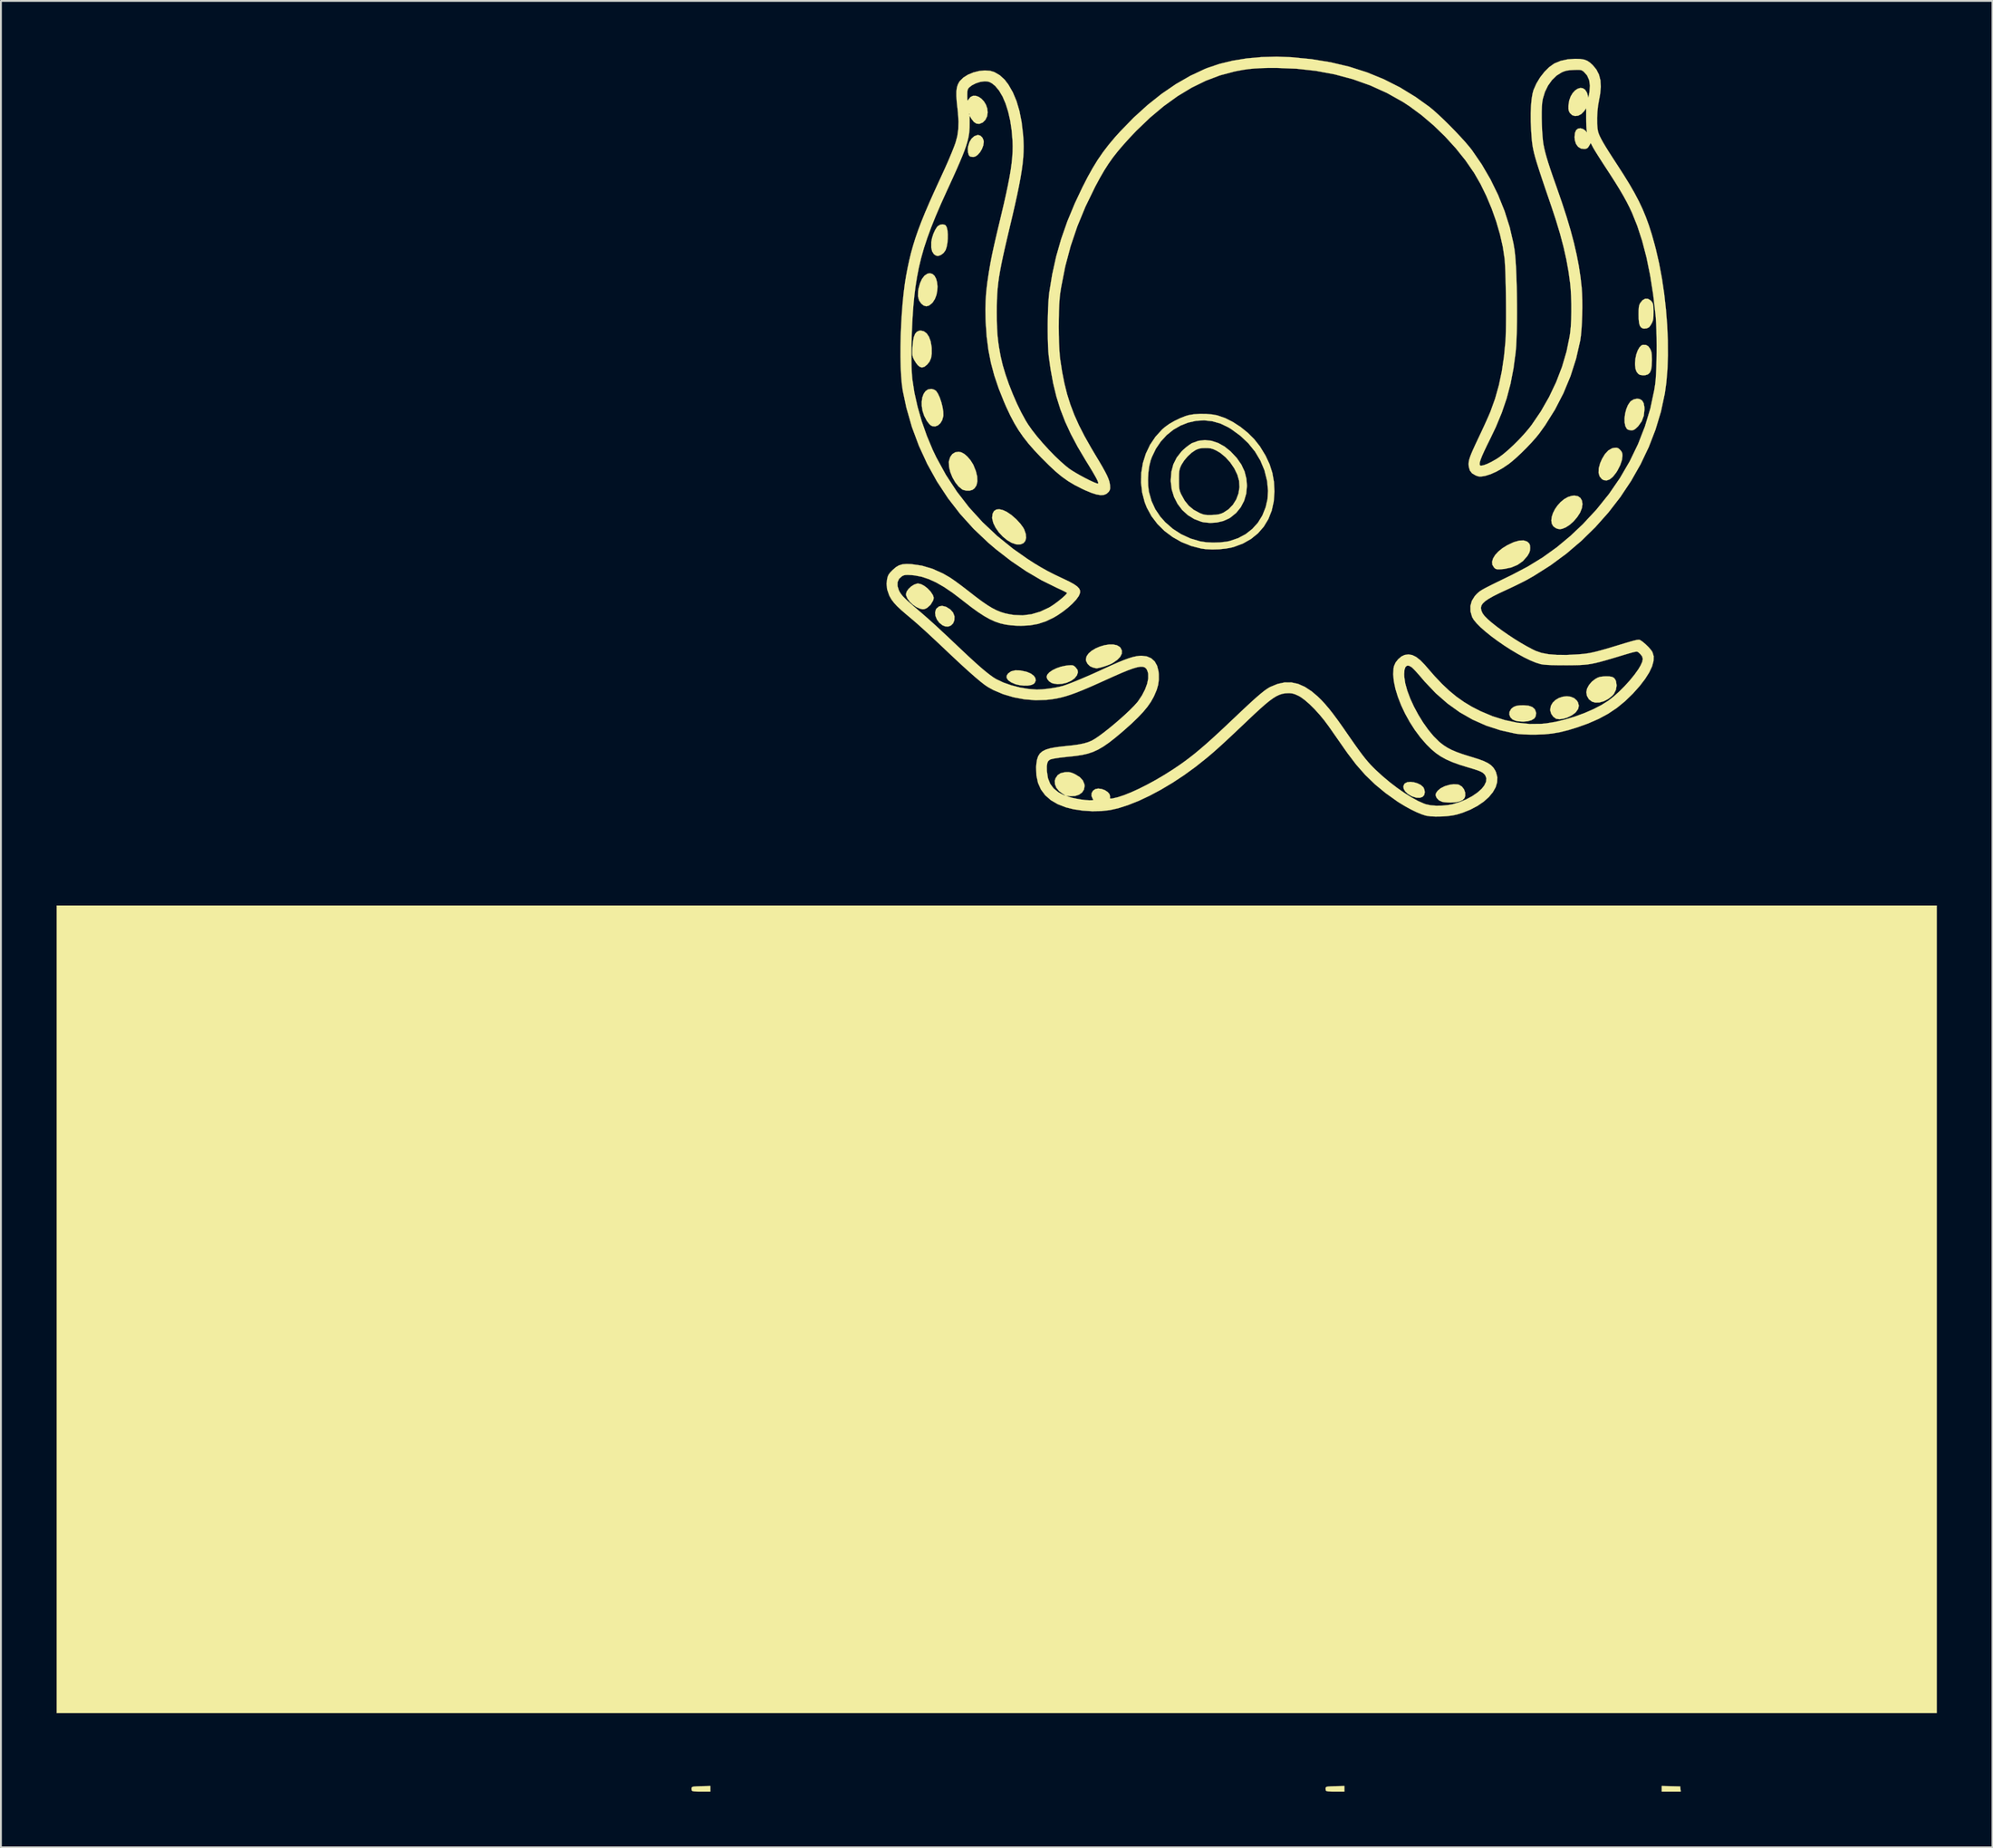
<source format=kicad_pcb>
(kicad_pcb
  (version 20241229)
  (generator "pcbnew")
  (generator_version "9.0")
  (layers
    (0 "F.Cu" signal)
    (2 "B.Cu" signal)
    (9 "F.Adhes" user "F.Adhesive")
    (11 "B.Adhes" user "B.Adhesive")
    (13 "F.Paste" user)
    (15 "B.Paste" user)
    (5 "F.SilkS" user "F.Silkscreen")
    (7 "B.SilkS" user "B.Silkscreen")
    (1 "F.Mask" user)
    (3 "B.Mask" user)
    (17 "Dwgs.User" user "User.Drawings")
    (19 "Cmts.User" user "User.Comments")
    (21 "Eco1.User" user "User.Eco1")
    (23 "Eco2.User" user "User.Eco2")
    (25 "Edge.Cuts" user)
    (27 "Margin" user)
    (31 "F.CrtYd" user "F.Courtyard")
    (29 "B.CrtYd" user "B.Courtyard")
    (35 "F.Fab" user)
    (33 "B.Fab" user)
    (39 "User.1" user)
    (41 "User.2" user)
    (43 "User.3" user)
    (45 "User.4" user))
  (footprint "F.SilkS_g838"
    (layer "F.Cu")
    (at 50.636 48.38)
    (property "Reference" "F.SilkS_g838" (at 0 0 0) (layer "F.SilkS") (effects (font (size 1.524 1.524) (thickness 0.3))))
    (attr through_hole)
    (fp_poly (pts (xy 50.673 40.894) (xy -50.631 40.894) (xy -50.631 -2.625) (xy 50.673 -2.625) (xy 50.673 40.894)) (stroke (width 0.01) (type solid)) (fill yes) (layer "F.SilkS"))
    (fp_poly (pts (xy 36.354 44.84) (xy 36.851 44.852) (xy 36.864 44.99) (xy 36.878 45.127) (xy 35.856 45.127) (xy 35.856 44.828) (xy 36.354 44.84)) (stroke (width 0.01) (type solid)) (fill yes) (layer "F.SilkS"))
    (fp_poly (pts (xy -15.409 45.127) (xy -15.897 45.127) (xy -16.118 45.125) (xy -16.266 45.118) (xy -16.356 45.103) (xy -16.401 45.08) (xy -16.409 45.066) (xy -16.422 44.972) (xy -16.418 44.929) (xy -16.403 44.896) (xy -16.364 44.873) (xy -16.286 44.858) (xy -16.155 44.848) (xy -15.956 44.841) (xy -15.906 44.84) (xy -15.409 44.828) (xy -15.409 45.127)) (stroke (width 0.01) (type solid)) (fill yes) (layer "F.SilkS"))
    (fp_poly (pts (xy 18.754 45.127) (xy 18.266 45.127) (xy 18.045 45.125) (xy 17.897 45.118) (xy 17.807 45.103) (xy 17.762 45.08) (xy 17.754 45.066) (xy 17.741 44.972) (xy 17.745 44.929) (xy 17.76 44.896) (xy 17.799 44.873) (xy 17.877 44.858) (xy 18.008 44.848) (xy 18.207 44.841) (xy 18.257 44.84) (xy 18.754 44.828) (xy 18.754 45.127)) (stroke (width 0.01) (type solid)) (fill yes) (layer "F.SilkS"))
    (fp_poly (pts (xy -2.729 -18.732) (xy -2.701 -18.72) (xy -2.485 -18.588) (xy -2.335 -18.422) (xy -2.259 -18.23) (xy -2.256 -18.209) (xy -2.261 -18.004) (xy -2.327 -17.838) (xy -2.441 -17.722) (xy -2.59 -17.663) (xy -2.762 -17.672) (xy -2.906 -17.734) (xy -3.075 -17.872) (xy -3.201 -18.043) (xy -3.277 -18.23) (xy -3.298 -18.415) (xy -3.257 -18.578) (xy -3.221 -18.634) (xy -3.087 -18.746) (xy -2.923 -18.778) (xy -2.729 -18.732)) (stroke (width 0.01) (type solid)) (fill yes) (layer "F.SilkS"))
    (fp_poly (pts (xy -0.854 -44.115) (xy -0.753 -44.015) (xy -0.69 -43.876) (xy -0.677 -43.78) (xy -0.704 -43.588) (xy -0.777 -43.395) (xy -0.883 -43.219) (xy -1.01 -43.078) (xy -1.145 -42.99) (xy -1.243 -42.969) (xy -1.355 -42.98) (xy -1.432 -43.005) (xy -1.489 -43.084) (xy -1.525 -43.221) (xy -1.535 -43.389) (xy -1.519 -43.542) (xy -1.448 -43.773) (xy -1.334 -43.959) (xy -1.188 -44.089) (xy -1.022 -44.15) (xy -0.974 -44.154) (xy -0.854 -44.115)) (stroke (width 0.01) (type solid)) (fill yes) (layer "F.SilkS"))
    (fp_poly (pts (xy 22.508 -9.267) (xy 22.702 -9.209) (xy 22.874 -9.122) (xy 23 -9.011) (xy 23.019 -8.986) (xy 23.068 -8.867) (xy 23.089 -8.731) (xy 23.055 -8.581) (xy 22.961 -8.48) (xy 22.816 -8.432) (xy 22.631 -8.439) (xy 22.416 -8.505) (xy 22.371 -8.525) (xy 22.176 -8.641) (xy 22.034 -8.776) (xy 21.951 -8.918) (xy 21.934 -9.057) (xy 21.988 -9.181) (xy 22.018 -9.212) (xy 22.143 -9.273) (xy 22.314 -9.29) (xy 22.508 -9.267)) (stroke (width 0.01) (type solid)) (fill yes) (layer "F.SilkS"))
    (fp_poly (pts (xy 1.288 -15.297) (xy 1.601 -15.231) (xy 1.663 -15.212) (xy 1.87 -15.122) (xy 2.019 -15.009) (xy 2.105 -14.882) (xy 2.123 -14.751) (xy 2.067 -14.626) (xy 2.005 -14.566) (xy 1.882 -14.511) (xy 1.702 -14.481) (xy 1.489 -14.478) (xy 1.264 -14.5) (xy 1.053 -14.549) (xy 1.022 -14.559) (xy 0.793 -14.658) (xy 0.638 -14.771) (xy 0.559 -14.892) (xy 0.561 -15.017) (xy 0.635 -15.134) (xy 0.8 -15.249) (xy 1.019 -15.303) (xy 1.288 -15.297)) (stroke (width 0.01) (type solid)) (fill yes) (layer "F.SilkS"))
    (fp_poly (pts (xy -3.44 -36.665) (xy -3.327 -36.561) (xy -3.244 -36.405) (xy -3.192 -36.21) (xy -3.171 -35.99) (xy -3.183 -35.76) (xy -3.228 -35.531) (xy -3.308 -35.32) (xy -3.422 -35.138) (xy -3.471 -35.085) (xy -3.627 -34.962) (xy -3.772 -34.922) (xy -3.915 -34.964) (xy -4.043 -35.065) (xy -4.163 -35.238) (xy -4.22 -35.457) (xy -4.215 -35.727) (xy -4.192 -35.867) (xy -4.112 -36.164) (xy -4.002 -36.402) (xy -3.867 -36.576) (xy -3.713 -36.678) (xy -3.581 -36.703) (xy -3.44 -36.665)) (stroke (width 0.01) (type solid)) (fill yes) (layer "F.SilkS"))
    (fp_poly (pts (xy 28.679 -13.396) (xy 28.881 -13.325) (xy 29.015 -13.209) (xy 29.078 -13.047) (xy 29.083 -12.975) (xy 29.065 -12.829) (xy 28.999 -12.722) (xy 28.979 -12.702) (xy 28.833 -12.614) (xy 28.628 -12.558) (xy 28.384 -12.538) (xy 28.124 -12.556) (xy 27.994 -12.58) (xy 27.821 -12.652) (xy 27.703 -12.769) (xy 27.645 -12.913) (xy 27.654 -13.067) (xy 27.736 -13.214) (xy 27.769 -13.249) (xy 27.882 -13.333) (xy 28.016 -13.386) (xy 28.194 -13.413) (xy 28.408 -13.42) (xy 28.679 -13.396)) (stroke (width 0.01) (type solid)) (fill yes) (layer "F.SilkS"))
    (fp_poly (pts (xy 30.948 -13.88) (xy 31.132 -13.805) (xy 31.28 -13.674) (xy 31.341 -13.577) (xy 31.388 -13.399) (xy 31.352 -13.225) (xy 31.233 -13.054) (xy 31.17 -12.994) (xy 30.987 -12.865) (xy 30.775 -12.763) (xy 30.556 -12.695) (xy 30.351 -12.667) (xy 30.185 -12.687) (xy 30.159 -12.696) (xy 30.011 -12.802) (xy 29.9 -12.96) (xy 29.847 -13.142) (xy 29.845 -13.184) (xy 29.882 -13.388) (xy 29.983 -13.563) (xy 30.134 -13.707) (xy 30.32 -13.814) (xy 30.528 -13.881) (xy 30.742 -13.904) (xy 30.948 -13.88)) (stroke (width 0.01) (type solid)) (fill yes) (layer "F.SilkS"))
    (fp_poly (pts (xy 33.03 -14.976) (xy 33.189 -14.947) (xy 33.296 -14.883) (xy 33.366 -14.779) (xy 33.392 -14.713) (xy 33.425 -14.484) (xy 33.385 -14.25) (xy 33.279 -14.037) (xy 33.191 -13.934) (xy 32.972 -13.76) (xy 32.735 -13.637) (xy 32.496 -13.57) (xy 32.273 -13.564) (xy 32.094 -13.617) (xy 31.93 -13.745) (xy 31.826 -13.925) (xy 31.792 -14.124) (xy 31.83 -14.313) (xy 31.934 -14.509) (xy 32.09 -14.692) (xy 32.276 -14.837) (xy 32.405 -14.908) (xy 32.527 -14.949) (xy 32.676 -14.97) (xy 32.805 -14.977) (xy 33.03 -14.976)) (stroke (width 0.01) (type solid)) (fill yes) (layer "F.SilkS"))
    (fp_poly (pts (xy 33.505 -27.276) (xy 33.593 -27.204) (xy 33.611 -27.187) (xy 33.697 -27.081) (xy 33.734 -26.97) (xy 33.74 -26.865) (xy 33.707 -26.626) (xy 33.615 -26.354) (xy 33.469 -26.069) (xy 33.396 -25.953) (xy 33.224 -25.735) (xy 33.052 -25.594) (xy 32.885 -25.534) (xy 32.725 -25.555) (xy 32.627 -25.612) (xy 32.507 -25.758) (xy 32.452 -25.953) (xy 32.462 -26.19) (xy 32.537 -26.465) (xy 32.64 -26.701) (xy 32.798 -26.961) (xy 32.976 -27.151) (xy 33.168 -27.264) (xy 33.289 -27.294) (xy 33.418 -27.301) (xy 33.505 -27.276)) (stroke (width 0.01) (type solid)) (fill yes) (layer "F.SilkS"))
    (fp_poly (pts (xy 34.673 -29.922) (xy 34.799 -29.843) (xy 34.88 -29.705) (xy 34.92 -29.5) (xy 34.925 -29.362) (xy 34.888 -29.023) (xy 34.777 -28.725) (xy 34.59 -28.464) (xy 34.56 -28.433) (xy 34.441 -28.321) (xy 34.349 -28.261) (xy 34.257 -28.238) (xy 34.208 -28.236) (xy 34.05 -28.266) (xy 33.974 -28.319) (xy 33.895 -28.464) (xy 33.855 -28.661) (xy 33.852 -28.893) (xy 33.883 -29.139) (xy 33.945 -29.38) (xy 34.035 -29.597) (xy 34.151 -29.77) (xy 34.195 -29.815) (xy 34.352 -29.908) (xy 34.532 -29.943) (xy 34.673 -29.922)) (stroke (width 0.01) (type solid)) (fill yes) (layer "F.SilkS"))
    (fp_poly (pts (xy 24.862 -9.152) (xy 24.933 -9.132) (xy 25.086 -9.038) (xy 25.199 -8.892) (xy 25.263 -8.718) (xy 25.267 -8.539) (xy 25.227 -8.418) (xy 25.125 -8.311) (xy 24.952 -8.233) (xy 24.722 -8.187) (xy 24.49 -8.175) (xy 24.31 -8.181) (xy 24.148 -8.195) (xy 24.035 -8.214) (xy 24.024 -8.217) (xy 23.85 -8.297) (xy 23.735 -8.417) (xy 23.714 -8.453) (xy 23.671 -8.565) (xy 23.683 -8.664) (xy 23.756 -8.778) (xy 23.794 -8.823) (xy 23.953 -8.953) (xy 24.166 -9.058) (xy 24.406 -9.131) (xy 24.647 -9.165) (xy 24.862 -9.152)) (stroke (width 0.01) (type solid)) (fill yes) (layer "F.SilkS"))
    (fp_poly (pts (xy 35.002 -32.84) (xy 35.13 -32.768) (xy 35.231 -32.628) (xy 35.275 -32.531) (xy 35.304 -32.43) (xy 35.319 -32.302) (xy 35.325 -32.123) (xy 35.326 -32.004) (xy 35.315 -31.715) (xy 35.281 -31.5) (xy 35.216 -31.35) (xy 35.116 -31.256) (xy 34.976 -31.209) (xy 34.843 -31.2) (xy 34.675 -31.227) (xy 34.585 -31.286) (xy 34.494 -31.405) (xy 34.441 -31.553) (xy 34.419 -31.753) (xy 34.417 -31.851) (xy 34.435 -32.094) (xy 34.484 -32.327) (xy 34.558 -32.535) (xy 34.65 -32.7) (xy 34.754 -32.809) (xy 34.836 -32.844) (xy 35.002 -32.84)) (stroke (width 0.01) (type solid)) (fill yes) (layer "F.SilkS"))
    (fp_poly (pts (xy -4.055 -19.946) (xy -3.879 -19.853) (xy -3.703 -19.715) (xy -3.546 -19.551) (xy -3.429 -19.376) (xy -3.405 -19.325) (xy -3.374 -19.219) (xy -3.388 -19.118) (xy -3.414 -19.051) (xy -3.544 -18.835) (xy -3.724 -18.674) (xy -3.776 -18.644) (xy -3.884 -18.599) (xy -3.982 -18.594) (xy -4.107 -18.624) (xy -4.306 -18.712) (xy -4.497 -18.843) (xy -4.663 -19.002) (xy -4.789 -19.172) (xy -4.859 -19.336) (xy -4.868 -19.41) (xy -4.831 -19.546) (xy -4.733 -19.688) (xy -4.593 -19.819) (xy -4.433 -19.92) (xy -4.271 -19.976) (xy -4.212 -19.981) (xy -4.055 -19.946)) (stroke (width 0.01) (type solid)) (fill yes) (layer "F.SilkS"))
    (fp_poly (pts (xy -1.889 -27.053) (xy -1.727 -26.966) (xy -1.555 -26.817) (xy -1.393 -26.626) (xy -1.257 -26.411) (xy -1.231 -26.36) (xy -1.102 -26.039) (xy -1.032 -25.747) (xy -1.021 -25.49) (xy -1.068 -25.276) (xy -1.174 -25.113) (xy -1.278 -25.034) (xy -1.433 -24.987) (xy -1.617 -24.986) (xy -1.79 -25.028) (xy -1.842 -25.054) (xy -2.036 -25.214) (xy -2.213 -25.437) (xy -2.364 -25.701) (xy -2.479 -25.986) (xy -2.547 -26.268) (xy -2.558 -26.527) (xy -2.553 -26.578) (xy -2.487 -26.795) (xy -2.372 -26.957) (xy -2.216 -27.054) (xy -2.031 -27.081) (xy -1.889 -27.053)) (stroke (width 0.01) (type solid)) (fill yes) (layer "F.SilkS"))
    (fp_poly (pts (xy 0.344 -23.944) (xy 0.562 -23.843) (xy 0.802 -23.682) (xy 1.056 -23.461) (xy 1.085 -23.433) (xy 1.289 -23.213) (xy 1.44 -23.008) (xy 1.501 -22.899) (xy 1.586 -22.657) (xy 1.605 -22.447) (xy 1.562 -22.278) (xy 1.462 -22.157) (xy 1.308 -22.091) (xy 1.105 -22.089) (xy 1.058 -22.096) (xy 0.818 -22.179) (xy 0.576 -22.324) (xy 0.343 -22.517) (xy 0.134 -22.743) (xy -0.038 -22.989) (xy -0.161 -23.238) (xy -0.221 -23.476) (xy -0.225 -23.537) (xy -0.201 -23.742) (xy -0.126 -23.885) (xy -0.006 -23.966) (xy 0.152 -23.986) (xy 0.344 -23.944)) (stroke (width 0.01) (type solid)) (fill yes) (layer "F.SilkS"))
    (fp_poly (pts (xy 4.111 -15.572) (xy 4.18 -15.544) (xy 4.249 -15.485) (xy 4.273 -15.461) (xy 4.374 -15.329) (xy 4.397 -15.197) (xy 4.347 -15.043) (xy 4.339 -15.028) (xy 4.213 -14.868) (xy 4.024 -14.735) (xy 3.795 -14.635) (xy 3.544 -14.574) (xy 3.292 -14.558) (xy 3.06 -14.594) (xy 2.979 -14.623) (xy 2.844 -14.711) (xy 2.747 -14.83) (xy 2.709 -14.953) (xy 2.709 -14.954) (xy 2.749 -15.074) (xy 2.86 -15.195) (xy 3.027 -15.311) (xy 3.238 -15.414) (xy 3.479 -15.497) (xy 3.736 -15.552) (xy 3.86 -15.567) (xy 4.014 -15.577) (xy 4.111 -15.572)) (stroke (width 0.01) (type solid)) (fill yes) (layer "F.SilkS"))
    (fp_poly (pts (xy -3.452 -30.462) (xy -3.334 -30.422) (xy -3.246 -30.362) (xy -3.144 -30.21) (xy -3.047 -29.999) (xy -2.963 -29.752) (xy -2.898 -29.493) (xy -2.859 -29.248) (xy -2.853 -29.041) (xy -2.858 -28.998) (xy -2.916 -28.787) (xy -3.016 -28.619) (xy -3.147 -28.504) (xy -3.295 -28.448) (xy -3.448 -28.462) (xy -3.541 -28.51) (xy -3.614 -28.581) (xy -3.704 -28.694) (xy -3.759 -28.775) (xy -3.888 -29.022) (xy -3.973 -29.28) (xy -4.016 -29.538) (xy -4.02 -29.785) (xy -3.987 -30.009) (xy -3.917 -30.201) (xy -3.814 -30.349) (xy -3.679 -30.442) (xy -3.514 -30.469) (xy -3.452 -30.462)) (stroke (width 0.01) (type solid)) (fill yes) (layer "F.SilkS"))
    (fp_poly (pts (xy -2.762 -39.306) (xy -2.726 -39.278) (xy -2.67 -39.175) (xy -2.633 -39.009) (xy -2.616 -38.801) (xy -2.617 -38.572) (xy -2.636 -38.341) (xy -2.675 -38.129) (xy -2.731 -37.956) (xy -2.737 -37.944) (xy -2.838 -37.802) (xy -2.977 -37.693) (xy -3.127 -37.638) (xy -3.166 -37.634) (xy -3.263 -37.663) (xy -3.363 -37.733) (xy -3.365 -37.735) (xy -3.459 -37.883) (xy -3.506 -38.092) (xy -3.505 -38.365) (xy -3.502 -38.396) (xy -3.465 -38.598) (xy -3.396 -38.816) (xy -3.305 -39.02) (xy -3.205 -39.184) (xy -3.15 -39.247) (xy -3.026 -39.319) (xy -2.886 -39.34) (xy -2.762 -39.306)) (stroke (width 0.01) (type solid)) (fill yes) (layer "F.SilkS"))
    (fp_poly (pts (xy 31.336 -24.689) (xy 31.472 -24.595) (xy 31.556 -24.449) (xy 31.584 -24.263) (xy 31.553 -24.047) (xy 31.46 -23.81) (xy 31.451 -23.792) (xy 31.299 -23.558) (xy 31.107 -23.335) (xy 30.897 -23.145) (xy 30.69 -23.011) (xy 30.671 -23.002) (xy 30.502 -22.933) (xy 30.372 -22.909) (xy 30.25 -22.928) (xy 30.155 -22.964) (xy 30.012 -23.065) (xy 29.931 -23.207) (xy 29.906 -23.381) (xy 29.93 -23.576) (xy 29.998 -23.784) (xy 30.105 -23.993) (xy 30.245 -24.193) (xy 30.411 -24.375) (xy 30.599 -24.529) (xy 30.803 -24.644) (xy 31.016 -24.71) (xy 31.15 -24.722) (xy 31.336 -24.689)) (stroke (width 0.01) (type solid)) (fill yes) (layer "F.SilkS"))
    (fp_poly (pts (xy -3.899 -33.573) (xy -3.75 -33.458) (xy -3.629 -33.276) (xy -3.54 -33.035) (xy -3.489 -32.742) (xy -3.482 -32.66) (xy -3.48 -32.368) (xy -3.515 -32.137) (xy -3.594 -31.949) (xy -3.72 -31.788) (xy -3.724 -31.783) (xy -3.873 -31.664) (xy -4.007 -31.624) (xy -4.134 -31.665) (xy -4.234 -31.751) (xy -4.327 -31.87) (xy -4.419 -32.018) (xy -4.447 -32.072) (xy -4.49 -32.17) (xy -4.516 -32.264) (xy -4.526 -32.377) (xy -4.525 -32.532) (xy -4.517 -32.695) (xy -4.49 -33.016) (xy -4.445 -33.26) (xy -4.378 -33.435) (xy -4.287 -33.546) (xy -4.167 -33.603) (xy -4.071 -33.613) (xy -3.899 -33.573)) (stroke (width 0.01) (type solid)) (fill yes) (layer "F.SilkS"))
    (fp_poly (pts (xy 6.499 -16.653) (xy 6.651 -16.563) (xy 6.688 -16.523) (xy 6.766 -16.366) (xy 6.761 -16.202) (xy 6.677 -16.034) (xy 6.515 -15.866) (xy 6.277 -15.702) (xy 6.238 -15.679) (xy 6.105 -15.616) (xy 5.935 -15.551) (xy 5.752 -15.491) (xy 5.581 -15.444) (xy 5.444 -15.417) (xy 5.376 -15.414) (xy 5.325 -15.426) (xy 5.226 -15.448) (xy 5.208 -15.453) (xy 5.046 -15.526) (xy 4.917 -15.652) (xy 4.839 -15.805) (xy 4.826 -15.897) (xy 4.866 -16.062) (xy 4.976 -16.218) (xy 5.142 -16.36) (xy 5.349 -16.484) (xy 5.583 -16.584) (xy 5.829 -16.656) (xy 6.073 -16.695) (xy 6.301 -16.695) (xy 6.499 -16.653)) (stroke (width 0.01) (type solid)) (fill yes) (layer "F.SilkS"))
    (fp_poly (pts (xy 28.592 -22.247) (xy 28.647 -22.207) (xy 28.721 -22.129) (xy 28.756 -22.039) (xy 28.765 -21.903) (xy 28.765 -21.895) (xy 28.756 -21.761) (xy 28.72 -21.645) (xy 28.645 -21.512) (xy 28.602 -21.448) (xy 28.375 -21.191) (xy 28.088 -20.989) (xy 27.749 -20.846) (xy 27.368 -20.765) (xy 27.256 -20.755) (xy 27.089 -20.745) (xy 26.983 -20.748) (xy 26.912 -20.768) (xy 26.854 -20.81) (xy 26.822 -20.841) (xy 26.731 -20.985) (xy 26.714 -21.149) (xy 26.765 -21.329) (xy 26.878 -21.516) (xy 27.048 -21.702) (xy 27.268 -21.882) (xy 27.534 -22.047) (xy 27.839 -22.191) (xy 27.912 -22.219) (xy 28.184 -22.295) (xy 28.412 -22.304) (xy 28.592 -22.247)) (stroke (width 0.01) (type solid)) (fill yes) (layer "F.SilkS"))
    (fp_poly (pts (xy 35.107 -35.329) (xy 35.248 -35.248) (xy 35.323 -35.165) (xy 35.364 -35.098) (xy 35.391 -35.019) (xy 35.405 -34.907) (xy 35.411 -34.743) (xy 35.412 -34.615) (xy 35.409 -34.403) (xy 35.398 -34.253) (xy 35.375 -34.141) (xy 35.336 -34.045) (xy 35.32 -34.012) (xy 35.252 -33.897) (xy 35.189 -33.812) (xy 35.171 -33.793) (xy 35.049 -33.734) (xy 34.904 -33.718) (xy 34.818 -33.736) (xy 34.732 -33.793) (xy 34.671 -33.888) (xy 34.633 -34.033) (xy 34.612 -34.24) (xy 34.608 -34.477) (xy 34.61 -34.695) (xy 34.619 -34.849) (xy 34.637 -34.959) (xy 34.668 -35.044) (xy 34.694 -35.094) (xy 34.82 -35.251) (xy 34.961 -35.33) (xy 35.107 -35.329)) (stroke (width 0.01) (type solid)) (fill yes) (layer "F.SilkS"))
    (fp_poly (pts (xy 11.597 -27.673) (xy 11.952 -27.556) (xy 12.3 -27.362) (xy 12.624 -27.101) (xy 12.955 -26.748) (xy 13.205 -26.389) (xy 13.378 -26.016) (xy 13.476 -25.622) (xy 13.504 -25.249) (xy 13.466 -24.83) (xy 13.353 -24.441) (xy 13.171 -24.091) (xy 12.923 -23.786) (xy 12.613 -23.535) (xy 12.53 -23.484) (xy 12.228 -23.35) (xy 11.883 -23.269) (xy 11.521 -23.246) (xy 11.167 -23.282) (xy 11.054 -23.308) (xy 10.665 -23.455) (xy 10.317 -23.67) (xy 10.015 -23.946) (xy 9.766 -24.274) (xy 9.577 -24.645) (xy 9.452 -25.05) (xy 9.4 -25.481) (xy 9.399 -25.557) (xy 9.4 -25.569) (xy 9.842 -25.569) (xy 9.844 -25.343) (xy 9.85 -25.179) (xy 9.865 -25.057) (xy 9.891 -24.955) (xy 9.931 -24.852) (xy 9.961 -24.788) (xy 10.15 -24.445) (xy 10.37 -24.172) (xy 10.633 -23.955) (xy 10.952 -23.783) (xy 10.992 -23.765) (xy 11.129 -23.713) (xy 11.252 -23.684) (xy 11.394 -23.672) (xy 11.583 -23.674) (xy 11.623 -23.675) (xy 11.835 -23.688) (xy 11.993 -23.712) (xy 12.13 -23.754) (xy 12.243 -23.804) (xy 12.519 -23.985) (xy 12.75 -24.227) (xy 12.929 -24.515) (xy 13.049 -24.836) (xy 13.102 -25.175) (xy 13.082 -25.517) (xy 12.987 -25.848) (xy 12.825 -26.183) (xy 12.609 -26.502) (xy 12.352 -26.788) (xy 12.07 -27.021) (xy 11.859 -27.146) (xy 11.692 -27.222) (xy 11.553 -27.264) (xy 11.401 -27.281) (xy 11.262 -27.283) (xy 11.069 -27.276) (xy 10.924 -27.251) (xy 10.79 -27.2) (xy 10.731 -27.171) (xy 10.523 -27.031) (xy 10.311 -26.835) (xy 10.121 -26.61) (xy 9.976 -26.381) (xy 9.957 -26.342) (xy 9.908 -26.232) (xy 9.876 -26.133) (xy 9.856 -26.023) (xy 9.846 -25.882) (xy 9.843 -25.688) (xy 9.842 -25.569) (xy 9.4 -25.569) (xy 9.433 -26.003) (xy 9.539 -26.405) (xy 9.719 -26.767) (xy 9.972 -27.09) (xy 10.065 -27.182) (xy 10.218 -27.317) (xy 10.377 -27.439) (xy 10.512 -27.529) (xy 10.548 -27.549) (xy 10.888 -27.671) (xy 11.24 -27.712) (xy 11.597 -27.673)) (stroke (width 0.01) (type solid)) (fill yes) (layer "F.SilkS"))
    (fp_poly (pts (xy 11.311 -29.121) (xy 11.636 -29.093) (xy 11.905 -29.044) (xy 12.321 -28.901) (xy 12.744 -28.689) (xy 13.159 -28.42) (xy 13.55 -28.104) (xy 13.901 -27.754) (xy 14.196 -27.382) (xy 14.219 -27.347) (xy 14.508 -26.872) (xy 14.724 -26.411) (xy 14.872 -25.949) (xy 14.958 -25.47) (xy 14.986 -24.955) (xy 14.986 -24.938) (xy 14.948 -24.403) (xy 14.838 -23.906) (xy 14.657 -23.451) (xy 14.409 -23.043) (xy 14.097 -22.685) (xy 13.724 -22.383) (xy 13.293 -22.138) (xy 12.808 -21.956) (xy 12.7 -21.927) (xy 12.376 -21.864) (xy 12.008 -21.826) (xy 11.63 -21.816) (xy 11.274 -21.833) (xy 11.045 -21.865) (xy 10.494 -22.007) (xy 9.975 -22.217) (xy 9.496 -22.488) (xy 9.062 -22.814) (xy 8.682 -23.19) (xy 8.363 -23.609) (xy 8.113 -24.065) (xy 7.998 -24.353) (xy 7.859 -24.883) (xy 7.798 -25.42) (xy 7.803 -25.606) (xy 8.174 -25.606) (xy 8.182 -25.253) (xy 8.219 -24.942) (xy 8.227 -24.906) (xy 8.365 -24.421) (xy 8.566 -23.984) (xy 8.837 -23.582) (xy 9.102 -23.285) (xy 9.509 -22.929) (xy 9.969 -22.633) (xy 10.467 -22.405) (xy 10.986 -22.253) (xy 11.314 -22.204) (xy 11.683 -22.186) (xy 12.057 -22.197) (xy 12.404 -22.237) (xy 12.576 -22.272) (xy 13.027 -22.425) (xy 13.436 -22.643) (xy 13.794 -22.923) (xy 14.095 -23.257) (xy 14.33 -23.639) (xy 14.342 -23.664) (xy 14.515 -24.098) (xy 14.614 -24.532) (xy 14.64 -24.981) (xy 14.597 -25.463) (xy 14.583 -25.546) (xy 14.446 -26.09) (xy 14.23 -26.607) (xy 13.941 -27.091) (xy 13.579 -27.539) (xy 13.15 -27.944) (xy 12.657 -28.303) (xy 12.493 -28.403) (xy 12.072 -28.605) (xy 11.637 -28.728) (xy 11.198 -28.775) (xy 10.76 -28.749) (xy 10.332 -28.653) (xy 9.922 -28.492) (xy 9.535 -28.267) (xy 9.181 -27.982) (xy 8.866 -27.64) (xy 8.597 -27.245) (xy 8.383 -26.799) (xy 8.313 -26.607) (xy 8.241 -26.313) (xy 8.194 -25.97) (xy 8.174 -25.606) (xy 7.803 -25.606) (xy 7.812 -25.955) (xy 7.899 -26.479) (xy 8.057 -26.982) (xy 8.283 -27.455) (xy 8.576 -27.891) (xy 8.931 -28.28) (xy 9.081 -28.411) (xy 9.311 -28.577) (xy 9.594 -28.741) (xy 9.9 -28.89) (xy 10.196 -29.006) (xy 10.374 -29.058) (xy 10.649 -29.104) (xy 10.972 -29.124) (xy 11.311 -29.121)) (stroke (width 0.01) (type solid)) (fill yes) (layer "F.SilkS"))
    (fp_poly (pts (xy 15.875 -48.348) (xy 16.973 -48.242) (xy 18.018 -48.072) (xy 19.015 -47.836) (xy 19.968 -47.532) (xy 20.879 -47.16) (xy 21.754 -46.717) (xy 22.595 -46.202) (xy 23.326 -45.678) (xy 23.55 -45.494) (xy 23.814 -45.258) (xy 24.104 -44.984) (xy 24.408 -44.685) (xy 24.712 -44.375) (xy 25.002 -44.068) (xy 25.266 -43.777) (xy 25.488 -43.516) (xy 25.626 -43.342) (xy 26.153 -42.575) (xy 26.625 -41.765) (xy 27.037 -40.923) (xy 27.384 -40.061) (xy 27.661 -39.191) (xy 27.862 -38.324) (xy 27.921 -37.98) (xy 27.952 -37.718) (xy 27.98 -37.384) (xy 28.004 -36.991) (xy 28.023 -36.55) (xy 28.038 -36.074) (xy 28.049 -35.575) (xy 28.055 -35.067) (xy 28.057 -34.56) (xy 28.054 -34.068) (xy 28.045 -33.603) (xy 28.031 -33.177) (xy 28.013 -32.803) (xy 27.988 -32.493) (xy 27.984 -32.449) (xy 27.866 -31.569) (xy 27.707 -30.747) (xy 27.499 -29.96) (xy 27.237 -29.19) (xy 26.916 -28.416) (xy 26.628 -27.813) (xy 26.436 -27.425) (xy 26.284 -27.106) (xy 26.17 -26.849) (xy 26.093 -26.651) (xy 26.05 -26.505) (xy 26.041 -26.406) (xy 26.062 -26.35) (xy 26.113 -26.331) (xy 26.118 -26.331) (xy 26.258 -26.356) (xy 26.448 -26.426) (xy 26.673 -26.534) (xy 26.917 -26.672) (xy 27.066 -26.767) (xy 27.305 -26.944) (xy 27.578 -27.174) (xy 27.869 -27.444) (xy 28.162 -27.736) (xy 28.441 -28.036) (xy 28.691 -28.329) (xy 28.84 -28.52) (xy 29.342 -29.257) (xy 29.786 -30.034) (xy 30.169 -30.84) (xy 30.484 -31.662) (xy 30.728 -32.49) (xy 30.895 -33.313) (xy 30.925 -33.52) (xy 30.956 -33.835) (xy 30.976 -34.211) (xy 30.985 -34.626) (xy 30.984 -35.056) (xy 30.971 -35.48) (xy 30.948 -35.873) (xy 30.922 -36.153) (xy 30.833 -36.798) (xy 30.715 -37.45) (xy 30.564 -38.122) (xy 30.377 -38.828) (xy 30.15 -39.58) (xy 29.919 -40.28) (xy 29.727 -40.842) (xy 29.56 -41.331) (xy 29.417 -41.755) (xy 29.296 -42.12) (xy 29.194 -42.435) (xy 29.11 -42.705) (xy 29.041 -42.939) (xy 28.986 -43.144) (xy 28.943 -43.327) (xy 28.909 -43.496) (xy 28.884 -43.657) (xy 28.864 -43.818) (xy 28.848 -43.986) (xy 28.835 -44.169) (xy 28.821 -44.373) (xy 28.82 -44.394) (xy 28.798 -44.868) (xy 28.796 -45.317) (xy 28.812 -45.728) (xy 28.845 -46.089) (xy 28.895 -46.389) (xy 28.949 -46.584) (xy 29.101 -46.926) (xy 29.3 -47.256) (xy 29.533 -47.555) (xy 29.787 -47.808) (xy 30.048 -47.996) (xy 30.083 -48.015) (xy 30.407 -48.149) (xy 30.785 -48.231) (xy 31.195 -48.259) (xy 31.461 -48.251) (xy 31.666 -48.22) (xy 31.834 -48.158) (xy 31.988 -48.056) (xy 32.135 -47.923) (xy 32.334 -47.682) (xy 32.472 -47.412) (xy 32.551 -47.105) (xy 32.572 -46.754) (xy 32.535 -46.351) (xy 32.473 -46.016) (xy 32.423 -45.729) (xy 32.389 -45.41) (xy 32.373 -45.085) (xy 32.374 -44.776) (xy 32.394 -44.508) (xy 32.423 -44.344) (xy 32.458 -44.231) (xy 32.513 -44.098) (xy 32.593 -43.937) (xy 32.702 -43.742) (xy 32.844 -43.504) (xy 33.023 -43.217) (xy 33.244 -42.873) (xy 33.444 -42.566) (xy 33.804 -42.008) (xy 34.116 -41.501) (xy 34.386 -41.033) (xy 34.62 -40.589) (xy 34.824 -40.157) (xy 35.004 -39.723) (xy 35.167 -39.274) (xy 35.319 -38.797) (xy 35.465 -38.277) (xy 35.539 -37.994) (xy 35.715 -37.23) (xy 35.865 -36.426) (xy 35.988 -35.596) (xy 36.082 -34.754) (xy 36.148 -33.912) (xy 36.183 -33.083) (xy 36.188 -32.281) (xy 36.162 -31.519) (xy 36.103 -30.809) (xy 36.023 -30.23) (xy 35.813 -29.25) (xy 35.522 -28.282) (xy 35.155 -27.333) (xy 34.713 -26.406) (xy 34.202 -25.507) (xy 33.624 -24.64) (xy 32.983 -23.811) (xy 32.282 -23.023) (xy 31.526 -22.282) (xy 30.717 -21.592) (xy 29.859 -20.959) (xy 28.956 -20.387) (xy 28.581 -20.175) (xy 28.397 -20.079) (xy 28.161 -19.961) (xy 27.897 -19.832) (xy 27.629 -19.706) (xy 27.495 -19.644) (xy 27.1 -19.46) (xy 26.778 -19.299) (xy 26.526 -19.156) (xy 26.339 -19.027) (xy 26.211 -18.906) (xy 26.137 -18.789) (xy 26.112 -18.669) (xy 26.131 -18.542) (xy 26.189 -18.402) (xy 26.216 -18.354) (xy 26.315 -18.223) (xy 26.479 -18.059) (xy 26.697 -17.87) (xy 26.958 -17.663) (xy 27.253 -17.444) (xy 27.572 -17.223) (xy 27.903 -17.004) (xy 28.237 -16.797) (xy 28.564 -16.608) (xy 28.872 -16.443) (xy 29.068 -16.349) (xy 29.377 -16.242) (xy 29.76 -16.17) (xy 30.218 -16.133) (xy 30.751 -16.131) (xy 31.36 -16.163) (xy 31.454 -16.171) (xy 31.632 -16.187) (xy 31.798 -16.208) (xy 31.964 -16.234) (xy 32.141 -16.27) (xy 32.34 -16.317) (xy 32.574 -16.38) (xy 32.854 -16.459) (xy 33.191 -16.559) (xy 33.597 -16.682) (xy 33.606 -16.685) (xy 33.919 -16.78) (xy 34.162 -16.851) (xy 34.344 -16.901) (xy 34.477 -16.933) (xy 34.57 -16.948) (xy 34.634 -16.95) (xy 34.678 -16.94) (xy 34.695 -16.932) (xy 34.829 -16.841) (xy 34.985 -16.709) (xy 35.14 -16.558) (xy 35.271 -16.409) (xy 35.355 -16.286) (xy 35.355 -16.285) (xy 35.421 -16.064) (xy 35.413 -15.806) (xy 35.333 -15.513) (xy 35.181 -15.19) (xy 34.959 -14.838) (xy 34.668 -14.46) (xy 34.31 -14.058) (xy 34.3 -14.047) (xy 33.875 -13.635) (xy 33.436 -13.276) (xy 32.966 -12.962) (xy 32.454 -12.685) (xy 31.884 -12.437) (xy 31.311 -12.231) (xy 30.819 -12.08) (xy 30.373 -11.969) (xy 29.946 -11.895) (xy 29.512 -11.852) (xy 29.046 -11.837) (xy 29.02 -11.837) (xy 28.715 -11.839) (xy 28.429 -11.849) (xy 28.184 -11.865) (xy 28.001 -11.887) (xy 27.982 -11.89) (xy 27.165 -12.072) (xy 26.392 -12.324) (xy 25.661 -12.648) (xy 24.967 -13.045) (xy 24.309 -13.517) (xy 23.682 -14.066) (xy 23.085 -14.693) (xy 22.92 -14.887) (xy 22.766 -15.067) (xy 22.617 -15.233) (xy 22.489 -15.368) (xy 22.395 -15.458) (xy 22.377 -15.473) (xy 22.236 -15.551) (xy 22.124 -15.551) (xy 22.042 -15.475) (xy 21.992 -15.325) (xy 21.976 -15.103) (xy 21.982 -14.951) (xy 22.035 -14.598) (xy 22.145 -14.203) (xy 22.303 -13.781) (xy 22.503 -13.346) (xy 22.736 -12.912) (xy 22.994 -12.493) (xy 23.271 -12.103) (xy 23.558 -11.756) (xy 23.848 -11.467) (xy 23.918 -11.406) (xy 24.108 -11.26) (xy 24.31 -11.131) (xy 24.536 -11.013) (xy 24.802 -10.9) (xy 25.119 -10.786) (xy 25.502 -10.665) (xy 25.646 -10.622) (xy 25.996 -10.512) (xy 26.273 -10.408) (xy 26.489 -10.303) (xy 26.654 -10.19) (xy 26.78 -10.062) (xy 26.877 -9.912) (xy 26.924 -9.813) (xy 26.995 -9.547) (xy 26.987 -9.275) (xy 26.905 -9.001) (xy 26.753 -8.732) (xy 26.537 -8.471) (xy 26.261 -8.225) (xy 25.931 -7.999) (xy 25.55 -7.798) (xy 25.124 -7.626) (xy 24.811 -7.53) (xy 24.57 -7.48) (xy 24.283 -7.445) (xy 23.974 -7.425) (xy 23.668 -7.421) (xy 23.391 -7.435) (xy 23.166 -7.467) (xy 23.135 -7.474) (xy 22.909 -7.547) (xy 22.635 -7.662) (xy 22.331 -7.811) (xy 22.017 -7.983) (xy 21.711 -8.169) (xy 21.611 -8.234) (xy 20.974 -8.689) (xy 20.404 -9.159) (xy 19.885 -9.661) (xy 19.4 -10.211) (xy 18.932 -10.826) (xy 18.849 -10.943) (xy 18.659 -11.214) (xy 18.459 -11.501) (xy 18.263 -11.782) (xy 18.084 -12.038) (xy 17.938 -12.247) (xy 17.917 -12.277) (xy 17.675 -12.602) (xy 17.415 -12.918) (xy 17.146 -13.213) (xy 16.881 -13.476) (xy 16.629 -13.695) (xy 16.404 -13.86) (xy 16.278 -13.932) (xy 16.098 -14.012) (xy 15.952 -14.056) (xy 15.804 -14.072) (xy 15.728 -14.072) (xy 15.565 -14.063) (xy 15.41 -14.036) (xy 15.255 -13.986) (xy 15.091 -13.909) (xy 14.913 -13.799) (xy 14.711 -13.652) (xy 14.48 -13.463) (xy 14.212 -13.226) (xy 13.898 -12.937) (xy 13.595 -12.651) (xy 13.204 -12.279) (xy 12.867 -11.96) (xy 12.574 -11.686) (xy 12.32 -11.449) (xy 12.095 -11.243) (xy 11.892 -11.06) (xy 11.703 -10.893) (xy 11.521 -10.736) (xy 11.337 -10.581) (xy 11.318 -10.566) (xy 10.726 -10.095) (xy 10.116 -9.652) (xy 9.495 -9.243) (xy 8.873 -8.872) (xy 8.259 -8.544) (xy 7.663 -8.264) (xy 7.092 -8.037) (xy 6.557 -7.867) (xy 6.122 -7.77) (xy 5.662 -7.718) (xy 5.163 -7.709) (xy 4.654 -7.742) (xy 4.163 -7.815) (xy 3.747 -7.919) (xy 3.305 -8.09) (xy 2.934 -8.308) (xy 2.633 -8.572) (xy 2.404 -8.881) (xy 2.246 -9.237) (xy 2.16 -9.637) (xy 2.145 -10.083) (xy 2.158 -10.255) (xy 2.192 -10.481) (xy 2.252 -10.667) (xy 2.346 -10.817) (xy 2.482 -10.936) (xy 2.668 -11.03) (xy 2.911 -11.103) (xy 3.221 -11.16) (xy 3.605 -11.206) (xy 3.725 -11.218) (xy 4.128 -11.261) (xy 4.46 -11.309) (xy 4.731 -11.366) (xy 4.956 -11.434) (xy 5.144 -11.513) (xy 5.322 -11.616) (xy 5.548 -11.77) (xy 5.808 -11.964) (xy 6.091 -12.187) (xy 6.385 -12.431) (xy 6.678 -12.683) (xy 6.957 -12.934) (xy 7.21 -13.174) (xy 7.426 -13.392) (xy 7.592 -13.578) (xy 7.64 -13.639) (xy 7.85 -13.952) (xy 8.013 -14.269) (xy 8.127 -14.576) (xy 8.185 -14.861) (xy 8.184 -15.108) (xy 8.175 -15.158) (xy 8.136 -15.287) (xy 8.083 -15.387) (xy 8.007 -15.456) (xy 7.904 -15.493) (xy 7.767 -15.497) (xy 7.59 -15.468) (xy 7.367 -15.404) (xy 7.093 -15.304) (xy 6.76 -15.168) (xy 6.363 -14.995) (xy 5.989 -14.826) (xy 5.48 -14.596) (xy 5.037 -14.4) (xy 4.652 -14.237) (xy 4.314 -14.102) (xy 4.013 -13.993) (xy 3.742 -13.906) (xy 3.49 -13.838) (xy 3.248 -13.786) (xy 3.006 -13.746) (xy 2.756 -13.717) (xy 2.696 -13.711) (xy 2.115 -13.692) (xy 1.521 -13.74) (xy 0.932 -13.85) (xy 0.366 -14.018) (xy -0.159 -14.24) (xy -0.45 -14.401) (xy -0.619 -14.515) (xy -0.839 -14.685) (xy -1.11 -14.912) (xy -1.434 -15.196) (xy -1.813 -15.539) (xy -2.247 -15.942) (xy -2.585 -16.261) (xy -2.969 -16.624) (xy -3.301 -16.936) (xy -3.59 -17.205) (xy -3.844 -17.44) (xy -4.074 -17.647) (xy -4.286 -17.836) (xy -4.491 -18.013) (xy -4.698 -18.188) (xy -4.833 -18.301) (xy -5.12 -18.548) (xy -5.345 -18.76) (xy -5.519 -18.949) (xy -5.652 -19.126) (xy -5.753 -19.303) (xy -5.776 -19.353) (xy -5.883 -19.665) (xy -5.901 -19.848) (xy -5.325 -19.848) (xy -5.254 -19.619) (xy -5.2 -19.514) (xy -5.13 -19.409) (xy -5.037 -19.295) (xy -4.91 -19.165) (xy -4.743 -19.008) (xy -4.526 -18.817) (xy -4.258 -18.587) (xy -4.05 -18.41) (xy -3.854 -18.24) (xy -3.661 -18.07) (xy -3.462 -17.892) (xy -3.249 -17.698) (xy -3.013 -17.48) (xy -2.746 -17.231) (xy -2.439 -16.942) (xy -2.084 -16.606) (xy -1.899 -16.431) (xy -1.494 -16.05) (xy -1.142 -15.727) (xy -0.837 -15.456) (xy -0.574 -15.235) (xy -0.349 -15.058) (xy -0.156 -14.92) (xy -0.001 -14.825) (xy 0.372 -14.648) (xy 0.801 -14.497) (xy 1.26 -14.379) (xy 1.724 -14.3) (xy 2.164 -14.267) (xy 2.223 -14.267) (xy 2.473 -14.278) (xy 2.77 -14.309) (xy 3.081 -14.354) (xy 3.372 -14.409) (xy 3.589 -14.462) (xy 3.751 -14.516) (xy 3.976 -14.6) (xy 4.252 -14.71) (xy 4.566 -14.84) (xy 4.904 -14.985) (xy 5.255 -15.139) (xy 5.604 -15.297) (xy 5.757 -15.368) (xy 6.191 -15.566) (xy 6.558 -15.728) (xy 6.869 -15.855) (xy 7.133 -15.951) (xy 7.357 -16.019) (xy 7.552 -16.062) (xy 7.725 -16.083) (xy 7.829 -16.087) (xy 8.114 -16.052) (xy 8.349 -15.95) (xy 8.533 -15.782) (xy 8.663 -15.55) (xy 8.738 -15.256) (xy 8.754 -15.09) (xy 8.755 -14.794) (xy 8.72 -14.523) (xy 8.642 -14.251) (xy 8.516 -13.952) (xy 8.466 -13.849) (xy 8.322 -13.595) (xy 8.139 -13.334) (xy 7.911 -13.059) (xy 7.631 -12.763) (xy 7.294 -12.438) (xy 6.892 -12.078) (xy 6.773 -11.976) (xy 6.398 -11.661) (xy 6.068 -11.404) (xy 5.768 -11.196) (xy 5.486 -11.032) (xy 5.211 -10.906) (xy 4.927 -10.811) (xy 4.624 -10.742) (xy 4.288 -10.691) (xy 4.106 -10.671) (xy 3.73 -10.632) (xy 3.432 -10.597) (xy 3.203 -10.564) (xy 3.036 -10.533) (xy 2.924 -10.503) (xy 2.886 -10.487) (xy 2.799 -10.418) (xy 2.746 -10.304) (xy 2.721 -10.133) (xy 2.724 -9.893) (xy 2.728 -9.842) (xy 2.783 -9.488) (xy 2.901 -9.189) (xy 3.085 -8.94) (xy 3.339 -8.734) (xy 3.501 -8.642) (xy 3.629 -8.581) (xy 3.7 -8.556) (xy 3.707 -8.565) (xy 3.645 -8.609) (xy 3.581 -8.647) (xy 3.38 -8.797) (xy 3.237 -8.974) (xy 3.159 -9.167) (xy 3.152 -9.36) (xy 3.193 -9.488) (xy 3.305 -9.652) (xy 3.461 -9.756) (xy 3.673 -9.808) (xy 3.735 -9.814) (xy 3.883 -9.818) (xy 4.004 -9.8) (xy 4.137 -9.753) (xy 4.257 -9.696) (xy 4.499 -9.545) (xy 4.662 -9.367) (xy 4.745 -9.166) (xy 4.756 -9.067) (xy 4.723 -8.877) (xy 4.62 -8.718) (xy 4.459 -8.601) (xy 4.251 -8.532) (xy 4.007 -8.519) (xy 3.983 -8.521) (xy 3.747 -8.543) (xy 3.916 -8.482) (xy 4.093 -8.431) (xy 4.323 -8.382) (xy 4.574 -8.339) (xy 4.815 -8.309) (xy 5.014 -8.297) (xy 5.024 -8.297) (xy 5.155 -8.299) (xy 5.216 -8.309) (xy 5.223 -8.336) (xy 5.189 -8.39) (xy 5.188 -8.391) (xy 5.127 -8.541) (xy 5.138 -8.688) (xy 5.212 -8.815) (xy 5.337 -8.902) (xy 5.491 -8.931) (xy 5.681 -8.906) (xy 5.857 -8.839) (xy 6.001 -8.743) (xy 6.098 -8.63) (xy 6.13 -8.509) (xy 6.127 -8.485) (xy 6.119 -8.413) (xy 6.146 -8.387) (xy 6.23 -8.393) (xy 6.264 -8.398) (xy 6.547 -8.464) (xy 6.887 -8.576) (xy 7.272 -8.731) (xy 7.693 -8.923) (xy 8.139 -9.148) (xy 8.599 -9.399) (xy 9.064 -9.673) (xy 9.523 -9.964) (xy 9.555 -9.985) (xy 9.844 -10.18) (xy 10.121 -10.376) (xy 10.393 -10.579) (xy 10.67 -10.796) (xy 10.959 -11.035) (xy 11.267 -11.3) (xy 11.604 -11.6) (xy 11.976 -11.941) (xy 12.392 -12.33) (xy 12.828 -12.743) (xy 13.208 -13.103) (xy 13.534 -13.408) (xy 13.811 -13.663) (xy 14.046 -13.873) (xy 14.245 -14.042) (xy 14.412 -14.177) (xy 14.554 -14.281) (xy 14.677 -14.36) (xy 14.768 -14.41) (xy 15.156 -14.569) (xy 15.531 -14.65) (xy 15.897 -14.651) (xy 16.26 -14.572) (xy 16.623 -14.412) (xy 16.991 -14.17) (xy 17.313 -13.897) (xy 17.512 -13.703) (xy 17.713 -13.486) (xy 17.924 -13.238) (xy 18.152 -12.948) (xy 18.404 -12.608) (xy 18.688 -12.208) (xy 18.86 -11.959) (xy 19.129 -11.571) (xy 19.359 -11.244) (xy 19.557 -10.969) (xy 19.729 -10.738) (xy 19.884 -10.541) (xy 20.028 -10.369) (xy 20.168 -10.213) (xy 20.312 -10.064) (xy 20.432 -9.946) (xy 20.804 -9.604) (xy 21.196 -9.275) (xy 21.597 -8.967) (xy 21.995 -8.69) (xy 22.378 -8.45) (xy 22.734 -8.256) (xy 23.051 -8.116) (xy 23.149 -8.082) (xy 23.398 -8.029) (xy 23.7 -8.004) (xy 24.028 -8.009) (xy 24.357 -8.042) (xy 24.594 -8.087) (xy 24.958 -8.197) (xy 25.311 -8.343) (xy 25.639 -8.518) (xy 25.924 -8.713) (xy 26.154 -8.918) (xy 26.292 -9.092) (xy 26.391 -9.299) (xy 26.408 -9.482) (xy 26.346 -9.644) (xy 26.328 -9.668) (xy 26.266 -9.737) (xy 26.192 -9.796) (xy 26.091 -9.85) (xy 25.952 -9.907) (xy 25.76 -9.971) (xy 25.502 -10.049) (xy 25.432 -10.069) (xy 24.972 -10.211) (xy 24.581 -10.352) (xy 24.246 -10.499) (xy 23.953 -10.66) (xy 23.688 -10.842) (xy 23.437 -11.054) (xy 23.185 -11.302) (xy 22.859 -11.676) (xy 22.554 -12.085) (xy 22.276 -12.519) (xy 22.027 -12.969) (xy 21.813 -13.423) (xy 21.638 -13.872) (xy 21.505 -14.307) (xy 21.42 -14.716) (xy 21.385 -15.09) (xy 21.406 -15.419) (xy 21.427 -15.524) (xy 21.512 -15.719) (xy 21.655 -15.903) (xy 21.831 -16.05) (xy 21.999 -16.13) (xy 22.204 -16.16) (xy 22.41 -16.126) (xy 22.622 -16.023) (xy 22.846 -15.847) (xy 23.09 -15.597) (xy 23.173 -15.5) (xy 23.604 -15.004) (xy 24.01 -14.575) (xy 24.404 -14.203) (xy 24.796 -13.88) (xy 25.199 -13.596) (xy 25.624 -13.34) (xy 26.077 -13.107) (xy 26.736 -12.829) (xy 27.406 -12.619) (xy 28.075 -12.479) (xy 28.734 -12.411) (xy 29.372 -12.418) (xy 29.626 -12.442) (xy 30.122 -12.524) (xy 30.643 -12.649) (xy 31.172 -12.809) (xy 31.689 -12.998) (xy 32.176 -13.21) (xy 32.614 -13.436) (xy 32.978 -13.665) (xy 33.262 -13.887) (xy 33.559 -14.153) (xy 33.856 -14.45) (xy 34.137 -14.76) (xy 34.388 -15.068) (xy 34.594 -15.357) (xy 34.715 -15.561) (xy 34.805 -15.76) (xy 34.835 -15.917) (xy 34.8 -16.051) (xy 34.699 -16.182) (xy 34.602 -16.269) (xy 34.57 -16.293) (xy 34.532 -16.306) (xy 34.479 -16.308) (xy 34.397 -16.296) (xy 34.278 -16.268) (xy 34.11 -16.221) (xy 33.881 -16.154) (xy 33.607 -16.071) (xy 33.195 -15.947) (xy 32.85 -15.846) (xy 32.558 -15.765) (xy 32.305 -15.702) (xy 32.078 -15.655) (xy 31.863 -15.621) (xy 31.645 -15.599) (xy 31.412 -15.585) (xy 31.148 -15.579) (xy 30.841 -15.576) (xy 30.606 -15.576) (xy 30.227 -15.578) (xy 29.923 -15.584) (xy 29.685 -15.594) (xy 29.5 -15.61) (xy 29.361 -15.631) (xy 29.328 -15.638) (xy 29.068 -15.718) (xy 28.769 -15.841) (xy 28.439 -16.002) (xy 28.089 -16.194) (xy 27.728 -16.409) (xy 27.366 -16.642) (xy 27.014 -16.885) (xy 26.68 -17.132) (xy 26.374 -17.377) (xy 26.107 -17.611) (xy 25.888 -17.829) (xy 25.727 -18.024) (xy 25.638 -18.176) (xy 25.551 -18.48) (xy 25.547 -18.774) (xy 25.624 -19.05) (xy 25.782 -19.304) (xy 25.88 -19.411) (xy 25.935 -19.464) (xy 25.989 -19.512) (xy 26.047 -19.558) (xy 26.119 -19.606) (xy 26.211 -19.662) (xy 26.33 -19.728) (xy 26.486 -19.808) (xy 26.684 -19.908) (xy 26.933 -20.031) (xy 27.241 -20.182) (xy 27.614 -20.363) (xy 27.771 -20.439) (xy 28.635 -20.893) (xy 29.441 -21.388) (xy 30.203 -21.935) (xy 30.936 -22.546) (xy 31.603 -23.177) (xy 32.341 -23.97) (xy 33.01 -24.802) (xy 33.607 -25.67) (xy 34.131 -26.569) (xy 34.579 -27.495) (xy 34.95 -28.446) (xy 35.242 -29.416) (xy 35.452 -30.403) (xy 35.505 -30.739) (xy 35.529 -30.964) (xy 35.548 -31.259) (xy 35.563 -31.608) (xy 35.574 -31.996) (xy 35.58 -32.409) (xy 35.581 -32.831) (xy 35.577 -33.247) (xy 35.568 -33.643) (xy 35.554 -34.002) (xy 35.536 -34.311) (xy 35.525 -34.438) (xy 35.395 -35.553) (xy 35.231 -36.593) (xy 35.034 -37.558) (xy 34.802 -38.447) (xy 34.537 -39.259) (xy 34.259 -39.95) (xy 34.121 -40.247) (xy 33.968 -40.548) (xy 33.796 -40.863) (xy 33.596 -41.204) (xy 33.363 -41.584) (xy 33.089 -42.012) (xy 32.901 -42.301) (xy 32.727 -42.567) (xy 32.562 -42.823) (xy 32.413 -43.057) (xy 32.29 -43.255) (xy 32.198 -43.406) (xy 32.151 -43.489) (xy 32.028 -43.724) (xy 31.941 -43.569) (xy 31.871 -43.465) (xy 31.791 -43.417) (xy 31.683 -43.4) (xy 31.499 -43.425) (xy 31.347 -43.52) (xy 31.234 -43.678) (xy 31.17 -43.886) (xy 31.157 -44.044) (xy 31.179 -44.265) (xy 31.244 -44.416) (xy 31.345 -44.499) (xy 31.479 -44.518) (xy 31.624 -44.474) (xy 31.751 -44.38) (xy 31.777 -44.349) (xy 31.819 -44.295) (xy 31.83 -44.305) (xy 31.816 -44.387) (xy 31.813 -44.401) (xy 31.802 -44.498) (xy 31.793 -44.658) (xy 31.787 -44.857) (xy 31.785 -45.069) (xy 31.786 -45.596) (xy 31.667 -45.433) (xy 31.522 -45.284) (xy 31.357 -45.198) (xy 31.19 -45.176) (xy 31.036 -45.22) (xy 30.912 -45.333) (xy 30.899 -45.352) (xy 30.85 -45.448) (xy 30.828 -45.557) (xy 30.828 -45.709) (xy 30.831 -45.767) (xy 30.87 -46.014) (xy 30.948 -46.231) (xy 31.056 -46.413) (xy 31.184 -46.553) (xy 31.324 -46.647) (xy 31.466 -46.69) (xy 31.602 -46.675) (xy 31.722 -46.598) (xy 31.817 -46.454) (xy 31.849 -46.364) (xy 31.908 -46.164) (xy 31.96 -46.471) (xy 31.987 -46.815) (xy 31.945 -47.113) (xy 31.833 -47.364) (xy 31.66 -47.56) (xy 31.591 -47.613) (xy 31.527 -47.646) (xy 31.445 -47.662) (xy 31.324 -47.666) (xy 31.141 -47.661) (xy 31.118 -47.66) (xy 30.9 -47.648) (xy 30.736 -47.625) (xy 30.597 -47.585) (xy 30.469 -47.532) (xy 30.19 -47.357) (xy 29.94 -47.114) (xy 29.727 -46.815) (xy 29.56 -46.475) (xy 29.449 -46.107) (xy 29.415 -45.91) (xy 29.397 -45.685) (xy 29.388 -45.398) (xy 29.388 -45.069) (xy 29.396 -44.723) (xy 29.411 -44.379) (xy 29.433 -44.06) (xy 29.461 -43.787) (xy 29.482 -43.646) (xy 29.524 -43.438) (xy 29.578 -43.212) (xy 29.648 -42.957) (xy 29.737 -42.665) (xy 29.848 -42.324) (xy 29.983 -41.926) (xy 30.147 -41.462) (xy 30.183 -41.361) (xy 30.474 -40.521) (xy 30.727 -39.745) (xy 30.942 -39.022) (xy 31.122 -38.344) (xy 31.27 -37.701) (xy 31.389 -37.083) (xy 31.48 -36.479) (xy 31.541 -35.927) (xy 31.562 -35.613) (xy 31.574 -35.25) (xy 31.576 -34.855) (xy 31.569 -34.448) (xy 31.553 -34.048) (xy 31.53 -33.673) (xy 31.5 -33.343) (xy 31.463 -33.077) (xy 31.459 -33.057) (xy 31.239 -32.095) (xy 30.938 -31.154) (xy 30.558 -30.239) (xy 30.103 -29.357) (xy 29.574 -28.512) (xy 29.244 -28.053) (xy 29.062 -27.83) (xy 28.835 -27.575) (xy 28.578 -27.305) (xy 28.309 -27.037) (xy 28.044 -26.787) (xy 27.799 -26.573) (xy 27.609 -26.422) (xy 27.283 -26.202) (xy 26.955 -26.017) (xy 26.642 -25.876) (xy 26.362 -25.787) (xy 26.288 -25.772) (xy 26.129 -25.749) (xy 26.016 -25.748) (xy 25.914 -25.773) (xy 25.816 -25.813) (xy 25.633 -25.923) (xy 25.519 -26.069) (xy 25.46 -26.268) (xy 25.452 -26.329) (xy 25.447 -26.429) (xy 25.455 -26.534) (xy 25.479 -26.652) (xy 25.523 -26.794) (xy 25.59 -26.969) (xy 25.683 -27.187) (xy 25.807 -27.458) (xy 25.964 -27.792) (xy 26.021 -27.912) (xy 26.157 -28.2) (xy 26.291 -28.49) (xy 26.416 -28.765) (xy 26.523 -29.006) (xy 26.605 -29.197) (xy 26.63 -29.258) (xy 26.878 -29.949) (xy 27.08 -30.665) (xy 27.239 -31.421) (xy 27.358 -32.229) (xy 27.436 -33.041) (xy 27.448 -33.263) (xy 27.456 -33.553) (xy 27.462 -33.897) (xy 27.465 -34.284) (xy 27.465 -34.7) (xy 27.463 -35.133) (xy 27.458 -35.568) (xy 27.451 -35.994) (xy 27.441 -36.397) (xy 27.43 -36.764) (xy 27.416 -37.082) (xy 27.401 -37.339) (xy 27.389 -37.486) (xy 27.293 -38.124) (xy 27.14 -38.8) (xy 26.937 -39.496) (xy 26.69 -40.192) (xy 26.405 -40.87) (xy 26.091 -41.513) (xy 25.752 -42.102) (xy 25.737 -42.125) (xy 25.278 -42.791) (xy 24.752 -43.447) (xy 24.174 -44.08) (xy 23.556 -44.678) (xy 22.913 -45.225) (xy 22.258 -45.709) (xy 21.902 -45.941) (xy 21.051 -46.418) (xy 20.155 -46.824) (xy 19.217 -47.159) (xy 18.239 -47.421) (xy 17.225 -47.611) (xy 16.178 -47.727) (xy 15.099 -47.769) (xy 15.05 -47.769) (xy 14.611 -47.767) (xy 14.238 -47.757) (xy 13.911 -47.738) (xy 13.61 -47.709) (xy 13.316 -47.668) (xy 13.01 -47.612) (xy 12.827 -47.575) (xy 12.054 -47.369) (xy 11.286 -47.078) (xy 10.523 -46.704) (xy 9.767 -46.247) (xy 9.018 -45.707) (xy 8.277 -45.085) (xy 7.544 -44.382) (xy 7.226 -44.048) (xy 6.867 -43.652) (xy 6.559 -43.293) (xy 6.289 -42.951) (xy 6.046 -42.608) (xy 5.814 -42.245) (xy 5.582 -41.845) (xy 5.336 -41.388) (xy 5.318 -41.353) (xy 4.801 -40.29) (xy 4.364 -39.23) (xy 4.003 -38.163) (xy 3.714 -37.077) (xy 3.495 -35.961) (xy 3.442 -35.623) (xy 3.413 -35.361) (xy 3.39 -35.032) (xy 3.375 -34.652) (xy 3.366 -34.238) (xy 3.363 -33.808) (xy 3.367 -33.379) (xy 3.378 -32.967) (xy 3.396 -32.589) (xy 3.42 -32.263) (xy 3.442 -32.068) (xy 3.545 -31.394) (xy 3.667 -30.773) (xy 3.813 -30.188) (xy 3.99 -29.626) (xy 4.201 -29.071) (xy 4.453 -28.508) (xy 4.752 -27.924) (xy 5.102 -27.303) (xy 5.321 -26.935) (xy 5.539 -26.572) (xy 5.714 -26.272) (xy 5.852 -26.024) (xy 5.957 -25.819) (xy 6.032 -25.648) (xy 6.083 -25.503) (xy 6.113 -25.373) (xy 6.127 -25.274) (xy 6.133 -25.124) (xy 6.115 -25.024) (xy 6.067 -24.939) (xy 6.056 -24.925) (xy 5.941 -24.817) (xy 5.797 -24.757) (xy 5.618 -24.745) (xy 5.397 -24.781) (xy 5.126 -24.867) (xy 4.798 -25.003) (xy 4.628 -25.082) (xy 4.227 -25.286) (xy 3.869 -25.5) (xy 3.533 -25.739) (xy 3.195 -26.019) (xy 2.862 -26.33) (xy 2.428 -26.761) (xy 2.054 -27.155) (xy 1.73 -27.526) (xy 1.447 -27.887) (xy 1.196 -28.25) (xy 0.967 -28.63) (xy 0.752 -29.038) (xy 0.54 -29.488) (xy 0.421 -29.76) (xy 0.127 -30.495) (xy -0.109 -31.194) (xy -0.292 -31.88) (xy -0.427 -32.572) (xy -0.519 -33.294) (xy -0.572 -34.066) (xy -0.579 -34.248) (xy -0.587 -34.747) (xy -0.575 -35.221) (xy -0.543 -35.695) (xy -0.486 -36.193) (xy -0.405 -36.741) (xy -0.379 -36.894) (xy -0.341 -37.114) (xy -0.304 -37.322) (xy -0.264 -37.529) (xy -0.22 -37.746) (xy -0.169 -37.982) (xy -0.11 -38.25) (xy -0.039 -38.558) (xy 0.045 -38.918) (xy 0.146 -39.341) (xy 0.249 -39.773) (xy 0.398 -40.404) (xy 0.524 -40.963) (xy 0.628 -41.457) (xy 0.713 -41.896) (xy 0.779 -42.288) (xy 0.827 -42.641) (xy 0.859 -42.965) (xy 0.877 -43.268) (xy 0.881 -43.558) (xy 0.874 -43.836) (xy 0.829 -44.393) (xy 0.751 -44.918) (xy 0.641 -45.403) (xy 0.503 -45.84) (xy 0.339 -46.223) (xy 0.151 -46.544) (xy -0.057 -46.794) (xy -0.221 -46.929) (xy -0.358 -47.007) (xy -0.492 -47.042) (xy -0.637 -47.048) (xy -0.863 -47.018) (xy -1.102 -46.941) (xy -1.318 -46.83) (xy -1.46 -46.719) (xy -1.514 -46.656) (xy -1.546 -46.587) (xy -1.561 -46.487) (xy -1.565 -46.332) (xy -1.565 -46.283) (xy -1.563 -46.12) (xy -1.557 -46.031) (xy -1.545 -46.004) (xy -1.522 -46.029) (xy -1.5 -46.068) (xy -1.392 -46.201) (xy -1.257 -46.265) (xy -1.107 -46.266) (xy -0.952 -46.212) (xy -0.802 -46.11) (xy -0.668 -45.966) (xy -0.56 -45.788) (xy -0.489 -45.583) (xy -0.466 -45.371) (xy -0.498 -45.159) (xy -0.588 -44.972) (xy -0.722 -44.836) (xy -0.737 -44.826) (xy -0.91 -44.756) (xy -1.066 -44.766) (xy -1.21 -44.859) (xy -1.346 -45.034) (xy -1.351 -45.043) (xy -1.439 -45.191) (xy -1.439 -44.76) (xy -1.442 -44.561) (xy -1.454 -44.372) (xy -1.475 -44.185) (xy -1.51 -43.993) (xy -1.56 -43.789) (xy -1.629 -43.564) (xy -1.718 -43.31) (xy -1.831 -43.022) (xy -1.97 -42.69) (xy -2.137 -42.307) (xy -2.335 -41.866) (xy -2.567 -41.359) (xy -2.654 -41.171) (xy -2.98 -40.451) (xy -3.264 -39.791) (xy -3.509 -39.181) (xy -3.719 -38.61) (xy -3.898 -38.067) (xy -4.047 -37.541) (xy -4.172 -37.021) (xy -4.274 -36.497) (xy -4.359 -35.958) (xy -4.421 -35.454) (xy -4.463 -35.025) (xy -4.499 -34.555) (xy -4.528 -34.059) (xy -4.551 -33.55) (xy -4.566 -33.043) (xy -4.575 -32.551) (xy -4.575 -32.087) (xy -4.568 -31.667) (xy -4.552 -31.303) (xy -4.528 -31.009) (xy -4.415 -30.272) (xy -4.243 -29.502) (xy -4.017 -28.717) (xy -3.744 -27.939) (xy -3.429 -27.187) (xy -3.237 -26.784) (xy -2.716 -25.834) (xy -2.128 -24.936) (xy -1.473 -24.089) (xy -0.75 -23.294) (xy 0.039 -22.55) (xy 0.896 -21.857) (xy 1.672 -21.311) (xy 2.055 -21.064) (xy 2.409 -20.851) (xy 2.761 -20.655) (xy 3.136 -20.463) (xy 3.561 -20.261) (xy 3.624 -20.232) (xy 3.941 -20.079) (xy 4.184 -19.945) (xy 4.356 -19.824) (xy 4.464 -19.71) (xy 4.514 -19.595) (xy 4.51 -19.475) (xy 4.458 -19.341) (xy 4.432 -19.293) (xy 4.296 -19.106) (xy 4.099 -18.896) (xy 3.857 -18.678) (xy 3.586 -18.465) (xy 3.302 -18.271) (xy 3.086 -18.144) (xy 2.667 -17.943) (xy 2.25 -17.806) (xy 1.815 -17.727) (xy 1.341 -17.702) (xy 1.105 -17.707) (xy 0.78 -17.73) (xy 0.481 -17.772) (xy 0.197 -17.839) (xy -0.081 -17.935) (xy -0.365 -18.066) (xy -0.665 -18.235) (xy -0.992 -18.449) (xy -1.355 -18.712) (xy -1.765 -19.029) (xy -1.863 -19.107) (xy -2.356 -19.482) (xy -2.811 -19.79) (xy -3.234 -20.034) (xy -3.633 -20.217) (xy -4.016 -20.344) (xy -4.389 -20.417) (xy -4.569 -20.435) (xy -4.757 -20.444) (xy -4.884 -20.442) (xy -4.975 -20.425) (xy -5.054 -20.391) (xy -5.09 -20.369) (xy -5.242 -20.232) (xy -5.321 -20.056) (xy -5.325 -19.848) (xy -5.901 -19.848) (xy -5.913 -19.969) (xy -5.884 -20.22) (xy -5.85 -20.358) (xy -5.801 -20.466) (xy -5.722 -20.571) (xy -5.595 -20.702) (xy -5.594 -20.703) (xy -5.418 -20.857) (xy -5.248 -20.959) (xy -5.061 -21.016) (xy -4.835 -21.035) (xy -4.58 -21.026) (xy -4.009 -20.943) (xy -3.441 -20.775) (xy -2.879 -20.523) (xy -2.514 -20.313) (xy -2.363 -20.213) (xy -2.164 -20.072) (xy -1.937 -19.905) (xy -1.698 -19.724) (xy -1.489 -19.562) (xy -1.108 -19.265) (xy -0.778 -19.019) (xy -0.488 -18.82) (xy -0.228 -18.661) (xy 0.013 -18.538) (xy 0.246 -18.443) (xy 0.481 -18.372) (xy 0.73 -18.32) (xy 0.95 -18.286) (xy 1.42 -18.266) (xy 1.896 -18.326) (xy 2.371 -18.467) (xy 2.835 -18.684) (xy 2.932 -18.741) (xy 3.081 -18.838) (xy 3.246 -18.958) (xy 3.413 -19.087) (xy 3.567 -19.216) (xy 3.694 -19.33) (xy 3.78 -19.42) (xy 3.81 -19.472) (xy 3.773 -19.5) (xy 3.673 -19.554) (xy 3.523 -19.629) (xy 3.337 -19.715) (xy 3.27 -19.745) (xy 2.442 -20.154) (xy 1.611 -20.642) (xy 0.786 -21.203) (xy -0.026 -21.833) (xy -0.434 -22.18) (xy -1.22 -22.926) (xy -1.945 -23.727) (xy -2.605 -24.58) (xy -3.197 -25.48) (xy -3.72 -26.422) (xy -4.171 -27.402) (xy -4.548 -28.416) (xy -4.847 -29.46) (xy -5.041 -30.374) (xy -5.091 -30.732) (xy -5.127 -31.161) (xy -5.151 -31.649) (xy -5.163 -32.183) (xy -5.162 -32.751) (xy -5.15 -33.341) (xy -5.126 -33.939) (xy -5.091 -34.534) (xy -5.046 -35.113) (xy -4.99 -35.664) (xy -4.924 -36.173) (xy -4.866 -36.534) (xy -4.784 -36.972) (xy -4.695 -37.388) (xy -4.597 -37.793) (xy -4.485 -38.194) (xy -4.358 -38.602) (xy -4.211 -39.026) (xy -4.041 -39.475) (xy -3.845 -39.959) (xy -3.619 -40.486) (xy -3.361 -41.065) (xy -3.067 -41.707) (xy -2.963 -41.931) (xy -2.758 -42.38) (xy -2.572 -42.8) (xy -2.412 -43.181) (xy -2.281 -43.51) (xy -2.197 -43.741) (xy -2.103 -44.088) (xy -2.05 -44.461) (xy -2.037 -44.873) (xy -2.061 -45.276) (xy -1.482 -45.276) (xy -1.46 -45.254) (xy -1.439 -45.276) (xy -1.46 -45.297) (xy -1.482 -45.276) (xy -2.061 -45.276) (xy -2.065 -45.34) (xy -2.091 -45.574) (xy -2.132 -45.949) (xy -2.152 -46.254) (xy -2.151 -46.5) (xy -2.127 -46.698) (xy -2.079 -46.862) (xy -2.006 -47.002) (xy -1.966 -47.059) (xy -1.777 -47.248) (xy -1.527 -47.405) (xy -1.237 -47.525) (xy -0.928 -47.603) (xy -0.618 -47.633) (xy -0.328 -47.612) (xy -0.108 -47.546) (xy 0.188 -47.374) (xy 0.45 -47.134) (xy 0.649 -46.873) (xy 0.89 -46.453) (xy 1.088 -45.982) (xy 1.244 -45.453) (xy 1.361 -44.861) (xy 1.439 -44.2) (xy 1.446 -44.12) (xy 1.464 -43.831) (xy 1.472 -43.544) (xy 1.467 -43.252) (xy 1.45 -42.948) (xy 1.419 -42.623) (xy 1.372 -42.269) (xy 1.309 -41.88) (xy 1.228 -41.447) (xy 1.129 -40.963) (xy 1.01 -40.42) (xy 0.87 -39.81) (xy 0.722 -39.187) (xy 0.581 -38.589) (xy 0.459 -38.064) (xy 0.356 -37.6) (xy 0.27 -37.189) (xy 0.2 -36.82) (xy 0.144 -36.485) (xy 0.101 -36.172) (xy 0.069 -35.872) (xy 0.047 -35.576) (xy 0.033 -35.274) (xy 0.026 -34.955) (xy 0.024 -34.611) (xy 0.024 -34.608) (xy 0.027 -34.154) (xy 0.038 -33.764) (xy 0.059 -33.415) (xy 0.092 -33.085) (xy 0.138 -32.753) (xy 0.2 -32.397) (xy 0.239 -32.194) (xy 0.346 -31.743) (xy 0.495 -31.246) (xy 0.677 -30.722) (xy 0.886 -30.192) (xy 1.111 -29.675) (xy 1.347 -29.192) (xy 1.583 -28.761) (xy 1.712 -28.554) (xy 1.928 -28.246) (xy 2.195 -27.907) (xy 2.496 -27.553) (xy 2.818 -27.2) (xy 3.147 -26.862) (xy 3.468 -26.556) (xy 3.766 -26.297) (xy 3.927 -26.171) (xy 4.084 -26.065) (xy 4.289 -25.94) (xy 4.523 -25.807) (xy 4.767 -25.675) (xy 5.002 -25.556) (xy 5.21 -25.458) (xy 5.371 -25.392) (xy 5.412 -25.378) (xy 5.483 -25.366) (xy 5.493 -25.404) (xy 5.482 -25.449) (xy 5.448 -25.535) (xy 5.386 -25.66) (xy 5.292 -25.829) (xy 5.163 -26.05) (xy 4.994 -26.329) (xy 4.81 -26.628) (xy 4.383 -27.348) (xy 4.018 -28.035) (xy 3.71 -28.703) (xy 3.452 -29.37) (xy 3.239 -30.052) (xy 3.065 -30.765) (xy 2.925 -31.525) (xy 2.828 -32.216) (xy 2.804 -32.47) (xy 2.787 -32.792) (xy 2.776 -33.163) (xy 2.771 -33.567) (xy 2.771 -33.987) (xy 2.778 -34.404) (xy 2.79 -34.801) (xy 2.808 -35.162) (xy 2.831 -35.468) (xy 2.85 -35.645) (xy 3.012 -36.64) (xy 3.225 -37.605) (xy 3.496 -38.553) (xy 3.827 -39.499) (xy 4.225 -40.458) (xy 4.632 -41.321) (xy 4.916 -41.876) (xy 5.189 -42.366) (xy 5.461 -42.81) (xy 5.746 -43.224) (xy 6.054 -43.627) (xy 6.398 -44.036) (xy 6.676 -44.344) (xy 7.407 -45.095) (xy 8.153 -45.772) (xy 8.911 -46.374) (xy 9.678 -46.899) (xy 10.452 -47.344) (xy 11.227 -47.708) (xy 11.385 -47.771) (xy 12.033 -47.989) (xy 12.741 -48.16) (xy 13.498 -48.282) (xy 14.292 -48.354) (xy 15.111 -48.375) (xy 15.875 -48.348)) (stroke (width 0.01) (type solid)) (fill yes) (layer "F.SilkS")))
  (gr_rect
    (start -3 -3)
    (end 104.314 96.512)
    (stroke (width 0.1) (type default))
    (fill no)
    (layer "Edge.Cuts")))
</source>
